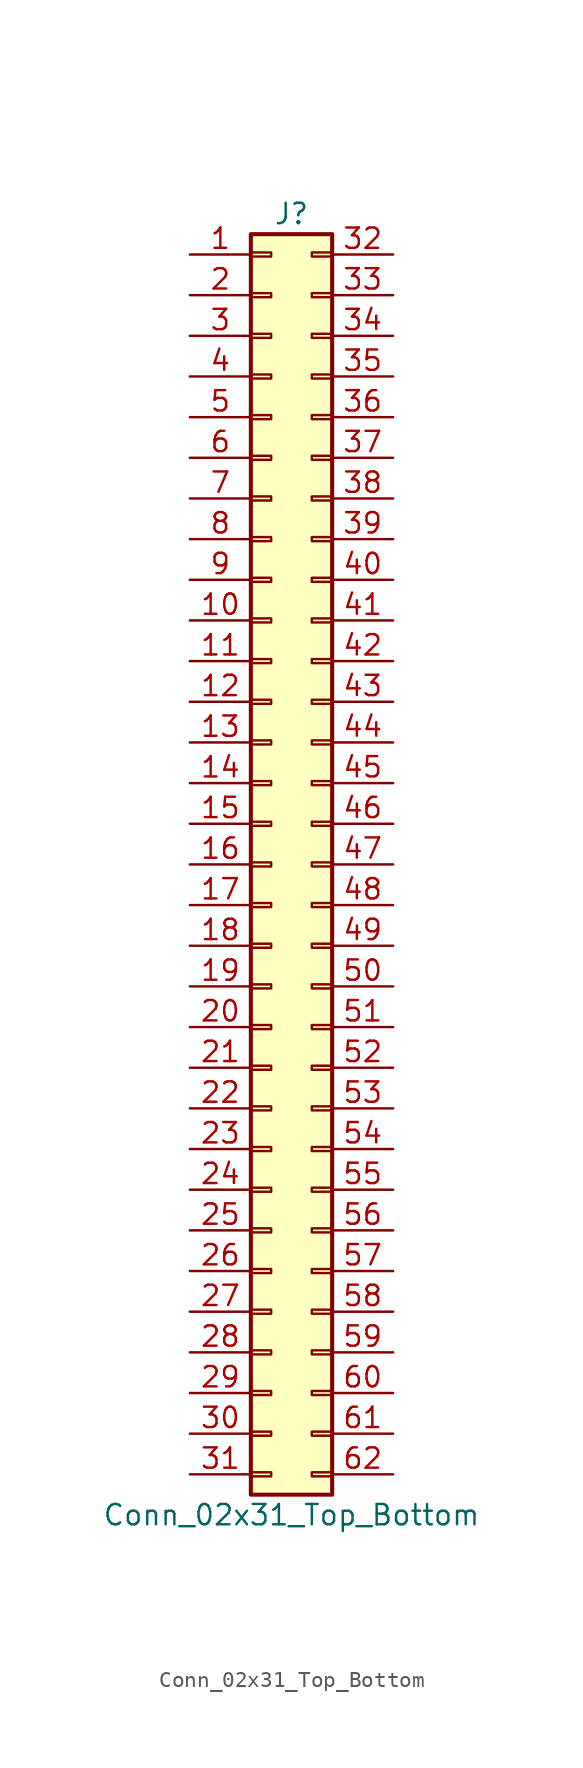
<source format=kicad_sym>
(kicad_symbol_lib
  (version 20201005)
  (generator kicad_symbol_editor)
  (symbol "Conn_02x31_Top_Bottom"
    (pin_names
      (offset 1.016) hide)
    (property "Reference" "J"
      (at 1.27 40.64 0)
      (effects (font (size 1.27 1.27))))
    (property "Value" "Conn_02x31_Top_Bottom"
      (at 1.27 -40.64 0)
      (effects (font (size 1.27 1.27))))
    (symbol "Conn_02x31_Top_Bottom_1_1"
      (rectangle (start -1.27 -37.973) (end 0 -38.227) (stroke (width 0.152)) (fill (type none)))
      (rectangle (start -1.27 -35.433) (end 0 -35.687) (stroke (width 0.152)) (fill (type none)))
      (rectangle (start -1.27 -32.893) (end 0 -33.147) (stroke (width 0.152)) (fill (type none)))
      (rectangle (start -1.27 -30.353) (end 0 -30.607) (stroke (width 0.152)) (fill (type none)))
      (rectangle (start -1.27 -27.813) (end 0 -28.067) (stroke (width 0.152)) (fill (type none)))
      (rectangle (start -1.27 -25.273) (end 0 -25.527) (stroke (width 0.152)) (fill (type none)))
      (rectangle (start -1.27 -22.733) (end 0 -22.987) (stroke (width 0.152)) (fill (type none)))
      (rectangle (start -1.27 -20.193) (end 0 -20.447) (stroke (width 0.152)) (fill (type none)))
      (rectangle (start -1.27 -17.653) (end 0 -17.907) (stroke (width 0.152)) (fill (type none)))
      (rectangle (start -1.27 -15.113) (end 0 -15.367) (stroke (width 0.152)) (fill (type none)))
      (rectangle (start -1.27 -12.573) (end 0 -12.827) (stroke (width 0.152)) (fill (type none)))
      (rectangle (start -1.27 -10.033) (end 0 -10.287) (stroke (width 0.152)) (fill (type none)))
      (rectangle (start -1.27 -7.493) (end 0 -7.747) (stroke (width 0.152)) (fill (type none)))
      (rectangle (start -1.27 -4.953) (end 0 -5.207) (stroke (width 0.152)) (fill (type none)))
      (rectangle (start -1.27 -2.413) (end 0 -2.667) (stroke (width 0.152)) (fill (type none)))
      (rectangle (start -1.27 0.127) (end 0 -0.127) (stroke (width 0.152)) (fill (type none)))
      (rectangle (start -1.27 2.667) (end 0 2.413) (stroke (width 0.152)) (fill (type none)))
      (rectangle (start -1.27 5.207) (end 0 4.953) (stroke (width 0.152)) (fill (type none)))
      (rectangle (start -1.27 7.747) (end 0 7.493) (stroke (width 0.152)) (fill (type none)))
      (rectangle (start -1.27 10.287) (end 0 10.033) (stroke (width 0.152)) (fill (type none)))
      (rectangle (start -1.27 12.827) (end 0 12.573) (stroke (width 0.152)) (fill (type none)))
      (rectangle (start -1.27 15.367) (end 0 15.113) (stroke (width 0.152)) (fill (type none)))
      (rectangle (start -1.27 17.907) (end 0 17.653) (stroke (width 0.152)) (fill (type none)))
      (rectangle (start -1.27 20.447) (end 0 20.193) (stroke (width 0.152)) (fill (type none)))
      (rectangle (start -1.27 22.987) (end 0 22.733) (stroke (width 0.152)) (fill (type none)))
      (rectangle (start -1.27 25.527) (end 0 25.273) (stroke (width 0.152)) (fill (type none)))
      (rectangle (start -1.27 28.067) (end 0 27.813) (stroke (width 0.152)) (fill (type none)))
      (rectangle (start -1.27 30.607) (end 0 30.353) (stroke (width 0.152)) (fill (type none)))
      (rectangle (start -1.27 33.147) (end 0 32.893) (stroke (width 0.152)) (fill (type none)))
      (rectangle (start -1.27 35.687) (end 0 35.433) (stroke (width 0.152)) (fill (type none)))
      (rectangle (start -1.27 38.227) (end 0 37.973) (stroke (width 0.152)) (fill (type none)))
      (rectangle (start -1.27 39.37) (end 3.81 -39.37) (stroke (width 0.254)) (fill (type background)))
      (rectangle (start 3.81 -37.973) (end 2.54 -38.227) (stroke (width 0.152)) (fill (type none)))
      (rectangle (start 3.81 -35.433) (end 2.54 -35.687) (stroke (width 0.152)) (fill (type none)))
      (rectangle (start 3.81 -32.893) (end 2.54 -33.147) (stroke (width 0.152)) (fill (type none)))
      (rectangle (start 3.81 -30.353) (end 2.54 -30.607) (stroke (width 0.152)) (fill (type none)))
      (rectangle (start 3.81 -27.813) (end 2.54 -28.067) (stroke (width 0.152)) (fill (type none)))
      (rectangle (start 3.81 -25.273) (end 2.54 -25.527) (stroke (width 0.152)) (fill (type none)))
      (rectangle (start 3.81 -22.733) (end 2.54 -22.987) (stroke (width 0.152)) (fill (type none)))
      (rectangle (start 3.81 -20.193) (end 2.54 -20.447) (stroke (width 0.152)) (fill (type none)))
      (rectangle (start 3.81 -17.653) (end 2.54 -17.907) (stroke (width 0.152)) (fill (type none)))
      (rectangle (start 3.81 -15.113) (end 2.54 -15.367) (stroke (width 0.152)) (fill (type none)))
      (rectangle (start 3.81 -12.573) (end 2.54 -12.827) (stroke (width 0.152)) (fill (type none)))
      (rectangle (start 3.81 -10.033) (end 2.54 -10.287) (stroke (width 0.152)) (fill (type none)))
      (rectangle (start 3.81 -7.493) (end 2.54 -7.747) (stroke (width 0.152)) (fill (type none)))
      (rectangle (start 3.81 -4.953) (end 2.54 -5.207) (stroke (width 0.152)) (fill (type none)))
      (rectangle (start 3.81 -2.413) (end 2.54 -2.667) (stroke (width 0.152)) (fill (type none)))
      (rectangle (start 3.81 0.127) (end 2.54 -0.127) (stroke (width 0.152)) (fill (type none)))
      (rectangle (start 3.81 2.667) (end 2.54 2.413) (stroke (width 0.152)) (fill (type none)))
      (rectangle (start 3.81 5.207) (end 2.54 4.953) (stroke (width 0.152)) (fill (type none)))
      (rectangle (start 3.81 7.747) (end 2.54 7.493) (stroke (width 0.152)) (fill (type none)))
      (rectangle (start 3.81 10.287) (end 2.54 10.033) (stroke (width 0.152)) (fill (type none)))
      (rectangle (start 3.81 12.827) (end 2.54 12.573) (stroke (width 0.152)) (fill (type none)))
      (rectangle (start 3.81 15.367) (end 2.54 15.113) (stroke (width 0.152)) (fill (type none)))
      (rectangle (start 3.81 17.907) (end 2.54 17.653) (stroke (width 0.152)) (fill (type none)))
      (rectangle (start 3.81 20.447) (end 2.54 20.193) (stroke (width 0.152)) (fill (type none)))
      (rectangle (start 3.81 22.987) (end 2.54 22.733) (stroke (width 0.152)) (fill (type none)))
      (rectangle (start 3.81 25.527) (end 2.54 25.273) (stroke (width 0.152)) (fill (type none)))
      (rectangle (start 3.81 28.067) (end 2.54 27.813) (stroke (width 0.152)) (fill (type none)))
      (rectangle (start 3.81 30.607) (end 2.54 30.353) (stroke (width 0.152)) (fill (type none)))
      (rectangle (start 3.81 33.147) (end 2.54 32.893) (stroke (width 0.152)) (fill (type none)))
      (rectangle (start 3.81 35.687) (end 2.54 35.433) (stroke (width 0.152)) (fill (type none)))
      (rectangle (start 3.81 38.227) (end 2.54 37.973) (stroke (width 0.152)) (fill (type none)))
      (pin passive line (at -5.08 38.1 0) (length 3.81) (name "Pin_1" (effects (font (size 1.27 1.27)))) (number "1" (effects (font (size 1.27 1.27)))))
      (pin passive line (at -5.08 15.24 0) (length 3.81) (name "Pin_10" (effects (font (size 1.27 1.27)))) (number "10" (effects (font (size 1.27 1.27)))))
      (pin passive line (at -5.08 12.7 0) (length 3.81) (name "Pin_11" (effects (font (size 1.27 1.27)))) (number "11" (effects (font (size 1.27 1.27)))))
      (pin passive line (at -5.08 10.16 0) (length 3.81) (name "Pin_12" (effects (font (size 1.27 1.27)))) (number "12" (effects (font (size 1.27 1.27)))))
      (pin passive line (at -5.08 7.62 0) (length 3.81) (name "Pin_13" (effects (font (size 1.27 1.27)))) (number "13" (effects (font (size 1.27 1.27)))))
      (pin passive line (at -5.08 5.08 0) (length 3.81) (name "Pin_14" (effects (font (size 1.27 1.27)))) (number "14" (effects (font (size 1.27 1.27)))))
      (pin passive line (at -5.08 2.54 0) (length 3.81) (name "Pin_15" (effects (font (size 1.27 1.27)))) (number "15" (effects (font (size 1.27 1.27)))))
      (pin passive line (at -5.08 0 0) (length 3.81) (name "Pin_16" (effects (font (size 1.27 1.27)))) (number "16" (effects (font (size 1.27 1.27)))))
      (pin passive line (at -5.08 -2.54 0) (length 3.81) (name "Pin_17" (effects (font (size 1.27 1.27)))) (number "17" (effects (font (size 1.27 1.27)))))
      (pin passive line (at -5.08 -5.08 0) (length 3.81) (name "Pin_18" (effects (font (size 1.27 1.27)))) (number "18" (effects (font (size 1.27 1.27)))))
      (pin passive line (at -5.08 -7.62 0) (length 3.81) (name "Pin_19" (effects (font (size 1.27 1.27)))) (number "19" (effects (font (size 1.27 1.27)))))
      (pin passive line (at -5.08 35.56 0) (length 3.81) (name "Pin_2" (effects (font (size 1.27 1.27)))) (number "2" (effects (font (size 1.27 1.27)))))
      (pin passive line (at -5.08 -10.16 0) (length 3.81) (name "Pin_20" (effects (font (size 1.27 1.27)))) (number "20" (effects (font (size 1.27 1.27)))))
      (pin passive line (at -5.08 -12.7 0) (length 3.81) (name "Pin_21" (effects (font (size 1.27 1.27)))) (number "21" (effects (font (size 1.27 1.27)))))
      (pin passive line (at -5.08 -15.24 0) (length 3.81) (name "Pin_22" (effects (font (size 1.27 1.27)))) (number "22" (effects (font (size 1.27 1.27)))))
      (pin passive line (at -5.08 -17.78 0) (length 3.81) (name "Pin_23" (effects (font (size 1.27 1.27)))) (number "23" (effects (font (size 1.27 1.27)))))
      (pin passive line (at -5.08 -20.32 0) (length 3.81) (name "Pin_24" (effects (font (size 1.27 1.27)))) (number "24" (effects (font (size 1.27 1.27)))))
      (pin passive line (at -5.08 -22.86 0) (length 3.81) (name "Pin_25" (effects (font (size 1.27 1.27)))) (number "25" (effects (font (size 1.27 1.27)))))
      (pin passive line (at -5.08 -25.4 0) (length 3.81) (name "Pin_26" (effects (font (size 1.27 1.27)))) (number "26" (effects (font (size 1.27 1.27)))))
      (pin passive line (at -5.08 -27.94 0) (length 3.81) (name "Pin_27" (effects (font (size 1.27 1.27)))) (number "27" (effects (font (size 1.27 1.27)))))
      (pin passive line (at -5.08 -30.48 0) (length 3.81) (name "Pin_28" (effects (font (size 1.27 1.27)))) (number "28" (effects (font (size 1.27 1.27)))))
      (pin passive line (at -5.08 -33.02 0) (length 3.81) (name "Pin_29" (effects (font (size 1.27 1.27)))) (number "29" (effects (font (size 1.27 1.27)))))
      (pin passive line (at -5.08 33.02 0) (length 3.81) (name "Pin_3" (effects (font (size 1.27 1.27)))) (number "3" (effects (font (size 1.27 1.27)))))
      (pin passive line (at -5.08 -35.56 0) (length 3.81) (name "Pin_30" (effects (font (size 1.27 1.27)))) (number "30" (effects (font (size 1.27 1.27)))))
      (pin passive line (at -5.08 -38.1 0) (length 3.81) (name "Pin_31" (effects (font (size 1.27 1.27)))) (number "31" (effects (font (size 1.27 1.27)))))
      (pin passive line (at 7.62 38.1 180) (length 3.81) (name "Pin_32" (effects (font (size 1.27 1.27)))) (number "32" (effects (font (size 1.27 1.27)))))
      (pin passive line (at 7.62 35.56 180) (length 3.81) (name "Pin_33" (effects (font (size 1.27 1.27)))) (number "33" (effects (font (size 1.27 1.27)))))
      (pin passive line (at 7.62 33.02 180) (length 3.81) (name "Pin_34" (effects (font (size 1.27 1.27)))) (number "34" (effects (font (size 1.27 1.27)))))
      (pin passive line (at 7.62 30.48 180) (length 3.81) (name "Pin_35" (effects (font (size 1.27 1.27)))) (number "35" (effects (font (size 1.27 1.27)))))
      (pin passive line (at 7.62 27.94 180) (length 3.81) (name "Pin_36" (effects (font (size 1.27 1.27)))) (number "36" (effects (font (size 1.27 1.27)))))
      (pin passive line (at 7.62 25.4 180) (length 3.81) (name "Pin_37" (effects (font (size 1.27 1.27)))) (number "37" (effects (font (size 1.27 1.27)))))
      (pin passive line (at 7.62 22.86 180) (length 3.81) (name "Pin_38" (effects (font (size 1.27 1.27)))) (number "38" (effects (font (size 1.27 1.27)))))
      (pin passive line (at 7.62 20.32 180) (length 3.81) (name "Pin_39" (effects (font (size 1.27 1.27)))) (number "39" (effects (font (size 1.27 1.27)))))
      (pin passive line (at -5.08 30.48 0) (length 3.81) (name "Pin_4" (effects (font (size 1.27 1.27)))) (number "4" (effects (font (size 1.27 1.27)))))
      (pin passive line (at 7.62 17.78 180) (length 3.81) (name "Pin_40" (effects (font (size 1.27 1.27)))) (number "40" (effects (font (size 1.27 1.27)))))
      (pin passive line (at 7.62 15.24 180) (length 3.81) (name "Pin_41" (effects (font (size 1.27 1.27)))) (number "41" (effects (font (size 1.27 1.27)))))
      (pin passive line (at 7.62 12.7 180) (length 3.81) (name "Pin_42" (effects (font (size 1.27 1.27)))) (number "42" (effects (font (size 1.27 1.27)))))
      (pin passive line (at 7.62 10.16 180) (length 3.81) (name "Pin_43" (effects (font (size 1.27 1.27)))) (number "43" (effects (font (size 1.27 1.27)))))
      (pin passive line (at 7.62 7.62 180) (length 3.81) (name "Pin_44" (effects (font (size 1.27 1.27)))) (number "44" (effects (font (size 1.27 1.27)))))
      (pin passive line (at 7.62 5.08 180) (length 3.81) (name "Pin_45" (effects (font (size 1.27 1.27)))) (number "45" (effects (font (size 1.27 1.27)))))
      (pin passive line (at 7.62 2.54 180) (length 3.81) (name "Pin_46" (effects (font (size 1.27 1.27)))) (number "46" (effects (font (size 1.27 1.27)))))
      (pin passive line (at 7.62 0 180) (length 3.81) (name "Pin_47" (effects (font (size 1.27 1.27)))) (number "47" (effects (font (size 1.27 1.27)))))
      (pin passive line (at 7.62 -2.54 180) (length 3.81) (name "Pin_48" (effects (font (size 1.27 1.27)))) (number "48" (effects (font (size 1.27 1.27)))))
      (pin passive line (at 7.62 -5.08 180) (length 3.81) (name "Pin_49" (effects (font (size 1.27 1.27)))) (number "49" (effects (font (size 1.27 1.27)))))
      (pin passive line (at -5.08 27.94 0) (length 3.81) (name "Pin_5" (effects (font (size 1.27 1.27)))) (number "5" (effects (font (size 1.27 1.27)))))
      (pin passive line (at 7.62 -7.62 180) (length 3.81) (name "Pin_50" (effects (font (size 1.27 1.27)))) (number "50" (effects (font (size 1.27 1.27)))))
      (pin passive line (at 7.62 -10.16 180) (length 3.81) (name "Pin_51" (effects (font (size 1.27 1.27)))) (number "51" (effects (font (size 1.27 1.27)))))
      (pin passive line (at 7.62 -12.7 180) (length 3.81) (name "Pin_52" (effects (font (size 1.27 1.27)))) (number "52" (effects (font (size 1.27 1.27)))))
      (pin passive line (at 7.62 -15.24 180) (length 3.81) (name "Pin_53" (effects (font (size 1.27 1.27)))) (number "53" (effects (font (size 1.27 1.27)))))
      (pin passive line (at 7.62 -17.78 180) (length 3.81) (name "Pin_54" (effects (font (size 1.27 1.27)))) (number "54" (effects (font (size 1.27 1.27)))))
      (pin passive line (at 7.62 -20.32 180) (length 3.81) (name "Pin_55" (effects (font (size 1.27 1.27)))) (number "55" (effects (font (size 1.27 1.27)))))
      (pin passive line (at 7.62 -22.86 180) (length 3.81) (name "Pin_56" (effects (font (size 1.27 1.27)))) (number "56" (effects (font (size 1.27 1.27)))))
      (pin passive line (at 7.62 -25.4 180) (length 3.81) (name "Pin_57" (effects (font (size 1.27 1.27)))) (number "57" (effects (font (size 1.27 1.27)))))
      (pin passive line (at 7.62 -27.94 180) (length 3.81) (name "Pin_58" (effects (font (size 1.27 1.27)))) (number "58" (effects (font (size 1.27 1.27)))))
      (pin passive line (at 7.62 -30.48 180) (length 3.81) (name "Pin_59" (effects (font (size 1.27 1.27)))) (number "59" (effects (font (size 1.27 1.27)))))
      (pin passive line (at -5.08 25.4 0) (length 3.81) (name "Pin_6" (effects (font (size 1.27 1.27)))) (number "6" (effects (font (size 1.27 1.27)))))
      (pin passive line (at 7.62 -33.02 180) (length 3.81) (name "Pin_60" (effects (font (size 1.27 1.27)))) (number "60" (effects (font (size 1.27 1.27)))))
      (pin passive line (at 7.62 -35.56 180) (length 3.81) (name "Pin_61" (effects (font (size 1.27 1.27)))) (number "61" (effects (font (size 1.27 1.27)))))
      (pin passive line (at 7.62 -38.1 180) (length 3.81) (name "Pin_62" (effects (font (size 1.27 1.27)))) (number "62" (effects (font (size 1.27 1.27)))))
      (pin passive line (at -5.08 22.86 0) (length 3.81) (name "Pin_7" (effects (font (size 1.27 1.27)))) (number "7" (effects (font (size 1.27 1.27)))))
      (pin passive line (at -5.08 20.32 0) (length 3.81) (name "Pin_8" (effects (font (size 1.27 1.27)))) (number "8" (effects (font (size 1.27 1.27)))))
      (pin passive line (at -5.08 17.78 0) (length 3.81) (name "Pin_9" (effects (font (size 1.27 1.27)))) (number "9" (effects (font (size 1.27 1.27))))))))
</source>
